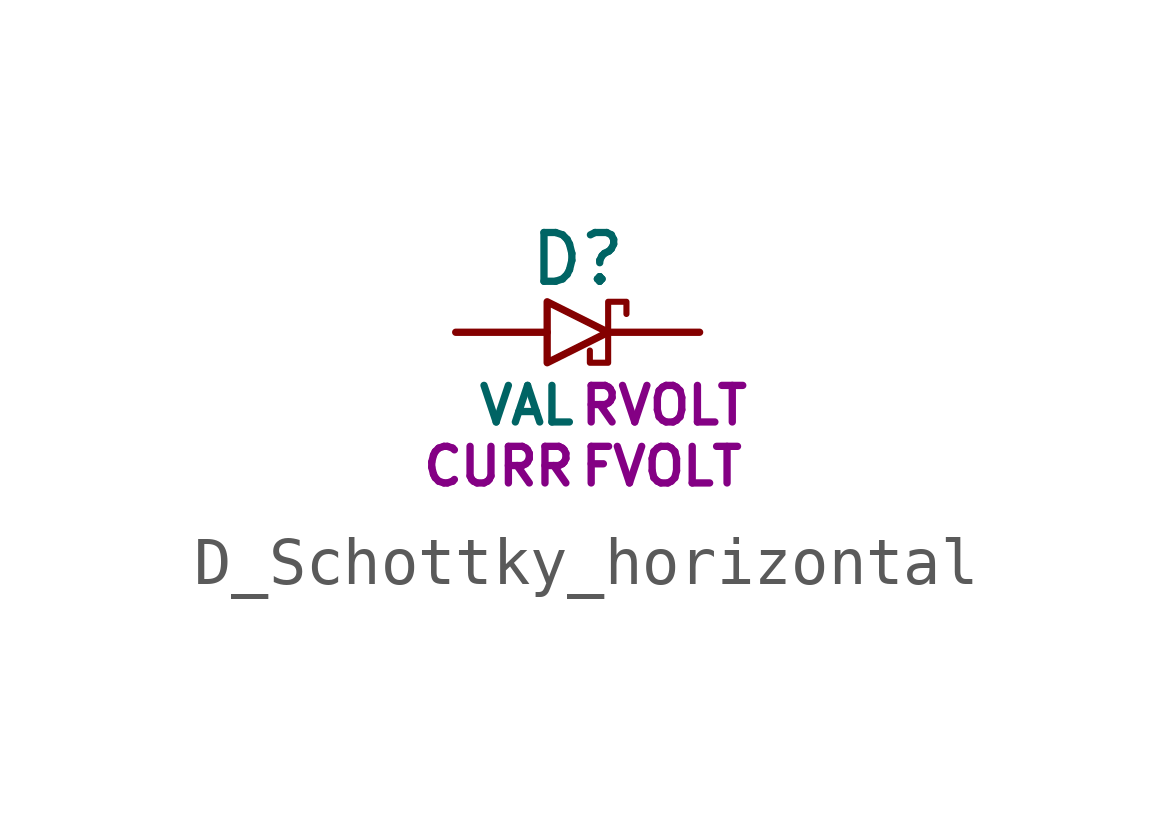
<source format=kicad_sym>
(kicad_symbol_lib
  (version 20231120)
  (generator "kicad_symbol_editor")
  (generator_version "8.0")
  (symbol "D_Schottky_horizontal"
    (pin_numbers hide)
    (property "Reference" "D"
      (at 0 1.524 0)
      (do_not_autoplace)
      (effects (font (size 1.016 1.016))))
    (property "Value" "VAL"
      (at 0 -1.524 0)
      (do_not_autoplace)
      (effects (font (size 0.762 0.762)) (justify right)))
    (property "Reverse Voltage" "RVOLT"
      (at 0 -1.524 0)
      (do_not_autoplace)
      (effects (font (size 0.762 0.762)) (justify left)))
    (property "Forward Voltage" "FVOLT"
      (at 0 -2.794 0)
      (do_not_autoplace)
      (effects (font (size 0.762 0.762)) (justify left)))
    (property "Current" "CURR"
      (at 0 -2.794 0)
      (do_not_autoplace)
      (effects (font (size 0.762 0.762)) (justify right)))
    (symbol "D_Schottky_horizontal_1_0"
      (pin passive line (at -2.54 0 0) (length 1.905) (name "" (effects (font (size 1.27 1.27)))) (number "1" (effects (font (size 1.27 1.27)))))
      (pin passive line (at 2.54 0 180) (length 1.905) (name "" (effects (font (size 1.27 1.27)))) (number "2" (effects (font (size 1.27 1.27))))))
    (symbol "D_Schottky_horizontal_1_1"
      (polyline (pts (xy -0.635 0.635) (xy -0.635 -0.635) (xy 0.635 0) (xy -0.635 0.635)) (stroke (width 0.152) (type default)) (fill (type none)))
      (polyline (pts (xy 0.635 0) (xy 0.635 -0.635) (xy 0.381 -0.635) (xy 0.254 -0.635) (xy 0.254 -0.381)) (stroke (width 0.127) (type default)) (fill (type none)))
      (polyline (pts (xy 0.635 0) (xy 0.635 0.635) (xy 0.889 0.635) (xy 1.016 0.635) (xy 1.016 0.381)) (stroke (width 0.127) (type default)) (fill (type none))))))
</source>
